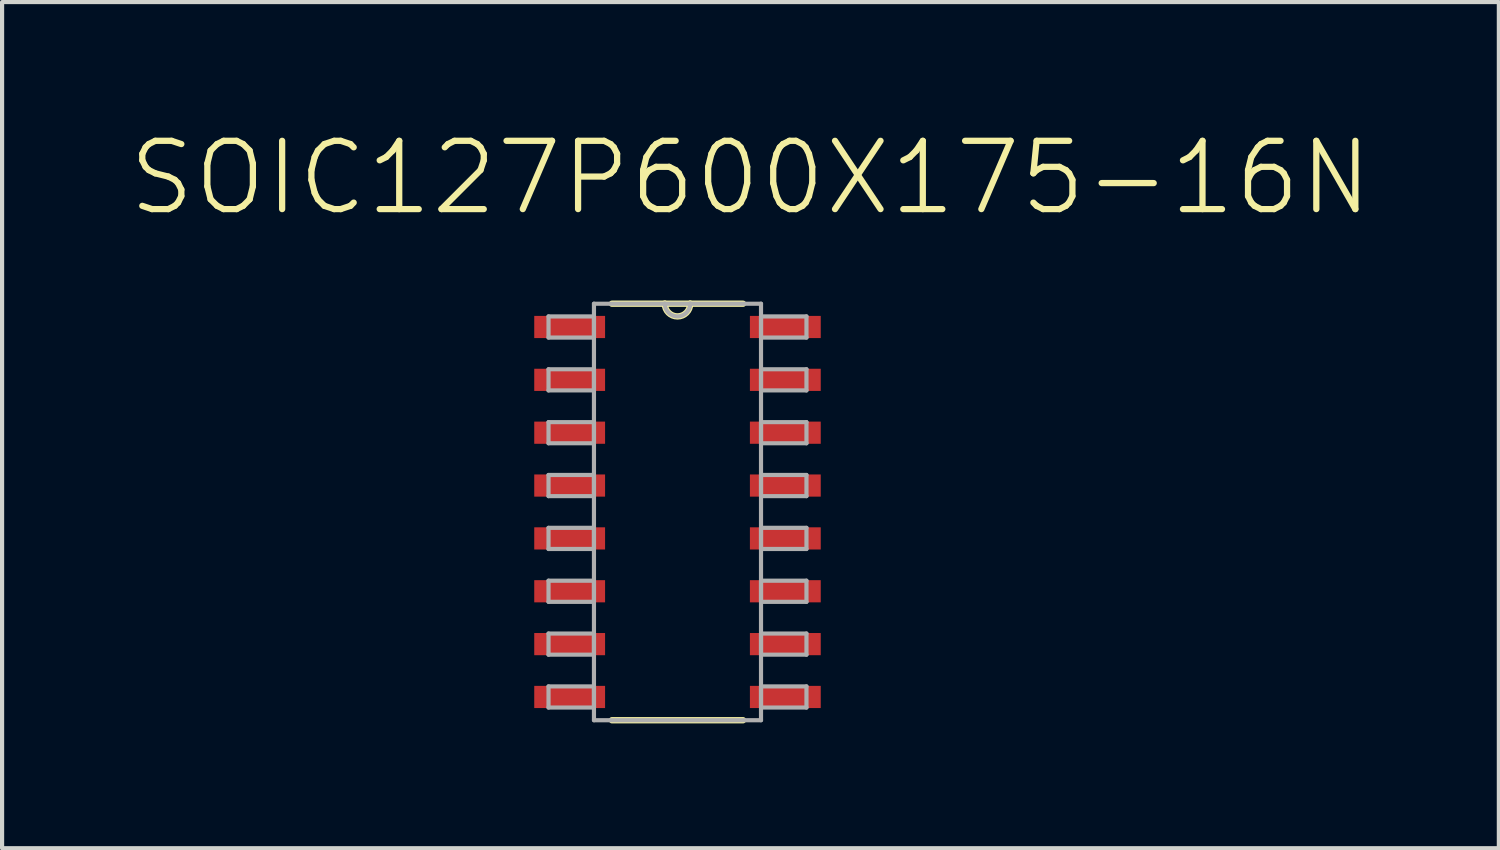
<source format=kicad_pcb>
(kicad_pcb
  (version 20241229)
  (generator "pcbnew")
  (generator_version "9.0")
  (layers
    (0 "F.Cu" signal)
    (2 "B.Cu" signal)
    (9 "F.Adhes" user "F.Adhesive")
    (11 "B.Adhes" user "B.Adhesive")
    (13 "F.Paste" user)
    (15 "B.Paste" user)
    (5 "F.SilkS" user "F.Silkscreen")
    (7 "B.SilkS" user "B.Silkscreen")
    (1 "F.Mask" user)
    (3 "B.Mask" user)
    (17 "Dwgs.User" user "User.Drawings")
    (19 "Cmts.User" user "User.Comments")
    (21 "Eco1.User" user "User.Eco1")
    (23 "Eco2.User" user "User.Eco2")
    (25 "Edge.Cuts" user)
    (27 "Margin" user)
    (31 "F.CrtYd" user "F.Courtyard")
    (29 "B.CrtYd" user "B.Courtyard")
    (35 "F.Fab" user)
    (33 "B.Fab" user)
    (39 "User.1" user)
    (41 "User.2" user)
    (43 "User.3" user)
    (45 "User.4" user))
  (footprint "SOIC127P600X175-16N"
    (layer "F.Cu")
    (at 13.229 9.252)
    (property "Reference" "SOIC127P600X175-16N" (at 1.753 -8.029 0) (layer "F.SilkS") (effects (font (size 1.641 1.641) (thickness 0.15))))
    (attr smd)
    (fp_line (start -1.575 5.004) (end 1.575 5.004) (stroke (width 0.152) (type solid)) (layer "F.SilkS"))
    (fp_line (start -0.305 -5.004) (end -1.575 -5.004) (stroke (width 0.152) (type solid)) (layer "F.SilkS"))
    (fp_line (start 0.305 -5.004) (end -0.305 -5.004) (stroke (width 0.152) (type solid)) (layer "F.SilkS"))
    (fp_line (start 1.575 -5.004) (end 0.305 -5.004) (stroke (width 0.152) (type solid)) (layer "F.SilkS"))
    (fp_arc (start 0.3048 -5.0038) (mid 0 -4.699) (end -0.3048 -5.0038) (stroke (width 0.1524) (type solid)) (layer "F.SilkS"))
    (fp_line (start -3.099 -4.699) (end -3.099 -4.191) (stroke (width 0.1) (type solid)) (layer "F.Fab"))
    (fp_line (start -3.099 -4.191) (end -2.007 -4.191) (stroke (width 0.1) (type solid)) (layer "F.Fab"))
    (fp_line (start -3.099 -3.429) (end -3.099 -2.921) (stroke (width 0.1) (type solid)) (layer "F.Fab"))
    (fp_line (start -3.099 -2.921) (end -2.007 -2.921) (stroke (width 0.1) (type solid)) (layer "F.Fab"))
    (fp_line (start -3.099 -2.159) (end -3.099 -1.651) (stroke (width 0.1) (type solid)) (layer "F.Fab"))
    (fp_line (start -3.099 -1.651) (end -2.007 -1.651) (stroke (width 0.1) (type solid)) (layer "F.Fab"))
    (fp_line (start -3.099 -0.889) (end -3.099 -0.381) (stroke (width 0.1) (type solid)) (layer "F.Fab"))
    (fp_line (start -3.099 -0.381) (end -2.007 -0.381) (stroke (width 0.1) (type solid)) (layer "F.Fab"))
    (fp_line (start -3.099 0.381) (end -3.099 0.889) (stroke (width 0.1) (type solid)) (layer "F.Fab"))
    (fp_line (start -3.099 0.889) (end -2.007 0.889) (stroke (width 0.1) (type solid)) (layer "F.Fab"))
    (fp_line (start -3.099 1.651) (end -3.099 2.159) (stroke (width 0.1) (type solid)) (layer "F.Fab"))
    (fp_line (start -3.099 2.159) (end -2.007 2.159) (stroke (width 0.1) (type solid)) (layer "F.Fab"))
    (fp_line (start -3.099 2.921) (end -3.099 3.429) (stroke (width 0.1) (type solid)) (layer "F.Fab"))
    (fp_line (start -3.099 3.429) (end -2.007 3.429) (stroke (width 0.1) (type solid)) (layer "F.Fab"))
    (fp_line (start -3.099 4.191) (end -3.099 4.699) (stroke (width 0.1) (type solid)) (layer "F.Fab"))
    (fp_line (start -3.099 4.699) (end -2.007 4.699) (stroke (width 0.1) (type solid)) (layer "F.Fab"))
    (fp_line (start -2.007 -5.004) (end -2.007 5.004) (stroke (width 0.1) (type solid)) (layer "F.Fab"))
    (fp_line (start -2.007 -4.699) (end -3.099 -4.699) (stroke (width 0.1) (type solid)) (layer "F.Fab"))
    (fp_line (start -2.007 -4.191) (end -2.007 -4.699) (stroke (width 0.1) (type solid)) (layer "F.Fab"))
    (fp_line (start -2.007 -3.429) (end -3.099 -3.429) (stroke (width 0.1) (type solid)) (layer "F.Fab"))
    (fp_line (start -2.007 -2.921) (end -2.007 -3.429) (stroke (width 0.1) (type solid)) (layer "F.Fab"))
    (fp_line (start -2.007 -2.159) (end -3.099 -2.159) (stroke (width 0.1) (type solid)) (layer "F.Fab"))
    (fp_line (start -2.007 -1.651) (end -2.007 -2.159) (stroke (width 0.1) (type solid)) (layer "F.Fab"))
    (fp_line (start -2.007 -0.889) (end -3.099 -0.889) (stroke (width 0.1) (type solid)) (layer "F.Fab"))
    (fp_line (start -2.007 -0.381) (end -2.007 -0.889) (stroke (width 0.1) (type solid)) (layer "F.Fab"))
    (fp_line (start -2.007 0.381) (end -3.099 0.381) (stroke (width 0.1) (type solid)) (layer "F.Fab"))
    (fp_line (start -2.007 0.889) (end -2.007 0.381) (stroke (width 0.1) (type solid)) (layer "F.Fab"))
    (fp_line (start -2.007 1.651) (end -3.099 1.651) (stroke (width 0.1) (type solid)) (layer "F.Fab"))
    (fp_line (start -2.007 2.159) (end -2.007 1.651) (stroke (width 0.1) (type solid)) (layer "F.Fab"))
    (fp_line (start -2.007 2.921) (end -3.099 2.921) (stroke (width 0.1) (type solid)) (layer "F.Fab"))
    (fp_line (start -2.007 3.429) (end -2.007 2.921) (stroke (width 0.1) (type solid)) (layer "F.Fab"))
    (fp_line (start -2.007 4.191) (end -3.099 4.191) (stroke (width 0.1) (type solid)) (layer "F.Fab"))
    (fp_line (start -2.007 4.699) (end -2.007 4.191) (stroke (width 0.1) (type solid)) (layer "F.Fab"))
    (fp_line (start -2.007 5.004) (end 2.007 5.004) (stroke (width 0.1) (type solid)) (layer "F.Fab"))
    (fp_line (start -0.305 -5.004) (end -2.007 -5.004) (stroke (width 0.1) (type solid)) (layer "F.Fab"))
    (fp_line (start 0.305 -5.004) (end -0.305 -5.004) (stroke (width 0.1) (type solid)) (layer "F.Fab"))
    (fp_line (start 2.007 -5.004) (end 0.305 -5.004) (stroke (width 0.1) (type solid)) (layer "F.Fab"))
    (fp_line (start 2.007 -4.699) (end 2.007 -4.191) (stroke (width 0.1) (type solid)) (layer "F.Fab"))
    (fp_line (start 2.007 -4.191) (end 3.099 -4.191) (stroke (width 0.1) (type solid)) (layer "F.Fab"))
    (fp_line (start 2.007 -3.429) (end 2.007 -2.921) (stroke (width 0.1) (type solid)) (layer "F.Fab"))
    (fp_line (start 2.007 -2.921) (end 3.099 -2.921) (stroke (width 0.1) (type solid)) (layer "F.Fab"))
    (fp_line (start 2.007 -2.159) (end 2.007 -1.651) (stroke (width 0.1) (type solid)) (layer "F.Fab"))
    (fp_line (start 2.007 -1.651) (end 3.099 -1.651) (stroke (width 0.1) (type solid)) (layer "F.Fab"))
    (fp_line (start 2.007 -0.889) (end 2.007 -0.381) (stroke (width 0.1) (type solid)) (layer "F.Fab"))
    (fp_line (start 2.007 -0.381) (end 3.099 -0.381) (stroke (width 0.1) (type solid)) (layer "F.Fab"))
    (fp_line (start 2.007 0.381) (end 2.007 0.889) (stroke (width 0.1) (type solid)) (layer "F.Fab"))
    (fp_line (start 2.007 0.889) (end 3.099 0.889) (stroke (width 0.1) (type solid)) (layer "F.Fab"))
    (fp_line (start 2.007 1.651) (end 2.007 2.159) (stroke (width 0.1) (type solid)) (layer "F.Fab"))
    (fp_line (start 2.007 2.159) (end 3.099 2.159) (stroke (width 0.1) (type solid)) (layer "F.Fab"))
    (fp_line (start 2.007 2.921) (end 2.007 3.429) (stroke (width 0.1) (type solid)) (layer "F.Fab"))
    (fp_line (start 2.007 3.429) (end 3.099 3.429) (stroke (width 0.1) (type solid)) (layer "F.Fab"))
    (fp_line (start 2.007 4.191) (end 2.007 4.699) (stroke (width 0.1) (type solid)) (layer "F.Fab"))
    (fp_line (start 2.007 4.699) (end 3.099 4.699) (stroke (width 0.1) (type solid)) (layer "F.Fab"))
    (fp_line (start 2.007 5.004) (end 2.007 -5.004) (stroke (width 0.1) (type solid)) (layer "F.Fab"))
    (fp_line (start 3.099 -4.699) (end 2.007 -4.699) (stroke (width 0.1) (type solid)) (layer "F.Fab"))
    (fp_line (start 3.099 -4.191) (end 3.099 -4.699) (stroke (width 0.1) (type solid)) (layer "F.Fab"))
    (fp_line (start 3.099 -3.429) (end 2.007 -3.429) (stroke (width 0.1) (type solid)) (layer "F.Fab"))
    (fp_line (start 3.099 -2.921) (end 3.099 -3.429) (stroke (width 0.1) (type solid)) (layer "F.Fab"))
    (fp_line (start 3.099 -2.159) (end 2.007 -2.159) (stroke (width 0.1) (type solid)) (layer "F.Fab"))
    (fp_line (start 3.099 -1.651) (end 3.099 -2.159) (stroke (width 0.1) (type solid)) (layer "F.Fab"))
    (fp_line (start 3.099 -0.889) (end 2.007 -0.889) (stroke (width 0.1) (type solid)) (layer "F.Fab"))
    (fp_line (start 3.099 -0.381) (end 3.099 -0.889) (stroke (width 0.1) (type solid)) (layer "F.Fab"))
    (fp_line (start 3.099 0.381) (end 2.007 0.381) (stroke (width 0.1) (type solid)) (layer "F.Fab"))
    (fp_line (start 3.099 0.889) (end 3.099 0.381) (stroke (width 0.1) (type solid)) (layer "F.Fab"))
    (fp_line (start 3.099 1.651) (end 2.007 1.651) (stroke (width 0.1) (type solid)) (layer "F.Fab"))
    (fp_line (start 3.099 2.159) (end 3.099 1.651) (stroke (width 0.1) (type solid)) (layer "F.Fab"))
    (fp_line (start 3.099 2.921) (end 2.007 2.921) (stroke (width 0.1) (type solid)) (layer "F.Fab"))
    (fp_line (start 3.099 3.429) (end 3.099 2.921) (stroke (width 0.1) (type solid)) (layer "F.Fab"))
    (fp_line (start 3.099 4.191) (end 2.007 4.191) (stroke (width 0.1) (type solid)) (layer "F.Fab"))
    (fp_line (start 3.099 4.699) (end 3.099 4.191) (stroke (width 0.1) (type solid)) (layer "F.Fab"))
    (fp_arc (start 0.3048 -5.0038) (mid 0 -4.699) (end -0.3048 -5.0038) (stroke (width 0.1) (type solid)) (layer "F.Fab"))
    (pad "1" smd rect (at -2.591 -4.445) (size 1.702 0.533) (layers "F.Cu" "F.Mask" "F.Paste"))
    (pad "2" smd rect (at -2.591 -3.175) (size 1.702 0.533) (layers "F.Cu" "F.Mask" "F.Paste"))
    (pad "3" smd rect (at -2.591 -1.905) (size 1.702 0.533) (layers "F.Cu" "F.Mask" "F.Paste"))
    (pad "4" smd rect (at -2.591 -0.635) (size 1.702 0.533) (layers "F.Cu" "F.Mask" "F.Paste"))
    (pad "5" smd rect (at -2.591 0.635) (size 1.702 0.533) (layers "F.Cu" "F.Mask" "F.Paste"))
    (pad "6" smd rect (at -2.591 1.905) (size 1.702 0.533) (layers "F.Cu" "F.Mask" "F.Paste"))
    (pad "7" smd rect (at -2.591 3.175) (size 1.702 0.533) (layers "F.Cu" "F.Mask" "F.Paste"))
    (pad "8" smd rect (at -2.591 4.445) (size 1.702 0.533) (layers "F.Cu" "F.Mask" "F.Paste"))
    (pad "9" smd rect (at 2.591 4.445) (size 1.702 0.533) (layers "F.Cu" "F.Mask" "F.Paste"))
    (pad "10" smd rect (at 2.591 3.175) (size 1.702 0.533) (layers "F.Cu" "F.Mask" "F.Paste"))
    (pad "11" smd rect (at 2.591 1.905) (size 1.702 0.533) (layers "F.Cu" "F.Mask" "F.Paste"))
    (pad "12" smd rect (at 2.591 0.635) (size 1.702 0.533) (layers "F.Cu" "F.Mask" "F.Paste"))
    (pad "13" smd rect (at 2.591 -0.635) (size 1.702 0.533) (layers "F.Cu" "F.Mask" "F.Paste"))
    (pad "14" smd rect (at 2.591 -1.905) (size 1.702 0.533) (layers "F.Cu" "F.Mask" "F.Paste"))
    (pad "15" smd rect (at 2.591 -3.175) (size 1.702 0.533) (layers "F.Cu" "F.Mask" "F.Paste"))
    (pad "16" smd rect (at 2.591 -4.445) (size 1.702 0.533) (layers "F.Cu" "F.Mask" "F.Paste")))
  (gr_rect
    (start -3 -3)
    (end 32.965 17.332)
    (stroke (width 0.1) (type default))
    (fill no)
    (layer "Edge.Cuts")))
</source>
